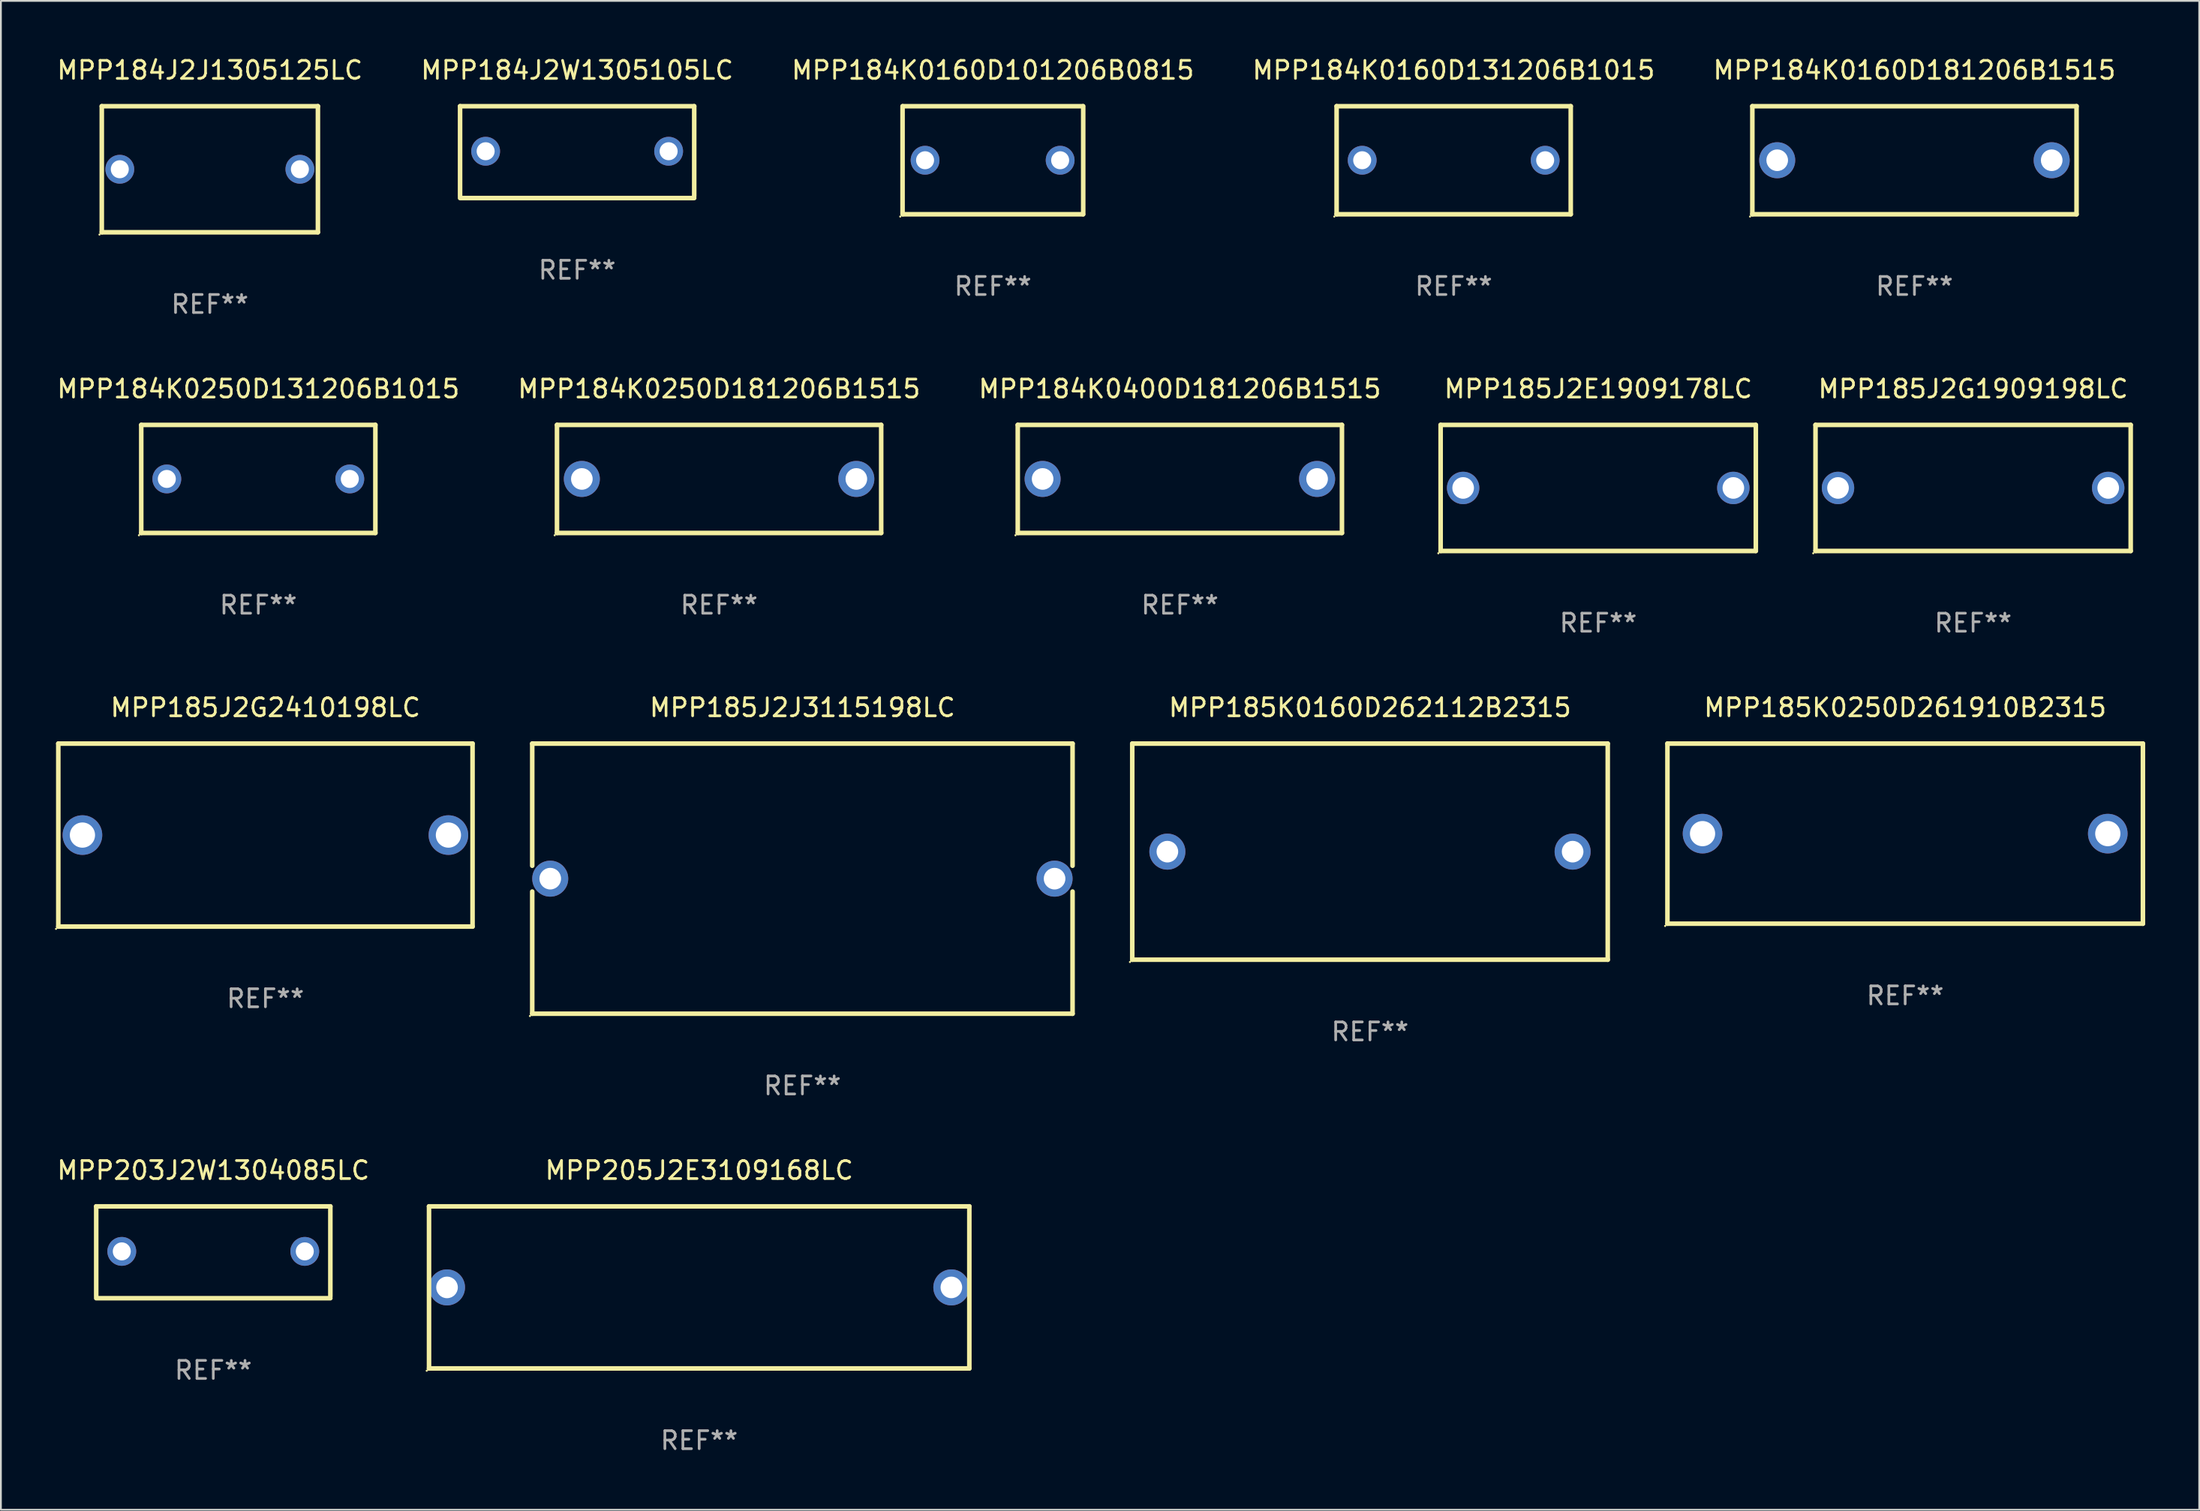
<source format=kicad_pcb>
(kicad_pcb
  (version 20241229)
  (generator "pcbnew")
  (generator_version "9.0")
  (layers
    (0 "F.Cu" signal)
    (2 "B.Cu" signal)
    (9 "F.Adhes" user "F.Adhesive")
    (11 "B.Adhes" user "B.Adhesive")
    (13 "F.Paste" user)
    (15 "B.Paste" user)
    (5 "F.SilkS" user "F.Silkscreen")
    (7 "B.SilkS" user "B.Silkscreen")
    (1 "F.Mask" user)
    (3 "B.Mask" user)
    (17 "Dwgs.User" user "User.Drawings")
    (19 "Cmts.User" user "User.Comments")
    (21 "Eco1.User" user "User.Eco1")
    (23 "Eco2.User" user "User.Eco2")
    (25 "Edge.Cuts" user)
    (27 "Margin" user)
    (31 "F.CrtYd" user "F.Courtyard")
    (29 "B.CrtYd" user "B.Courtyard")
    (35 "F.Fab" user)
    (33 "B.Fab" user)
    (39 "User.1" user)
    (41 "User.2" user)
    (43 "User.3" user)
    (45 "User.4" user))
  (footprint "MPP185K0250D261910B2315"
    (layer "F.Cu")
    (at 102.729 43.241)
    (property "Reference" "MPP185K0250D261910B2315" (at 0 -7 0) (layer "F.SilkS") (effects (font (size 1 1) (thickness 0.15))))
    (attr through_hole)
    (fp_line (start -13.2 -5) (end 13.2 -5) (stroke (width 0.254) (type solid)) (layer "F.SilkS"))
    (fp_line (start -13.2 5) (end -13.2 -5) (stroke (width 0.254) (type solid)) (layer "F.SilkS"))
    (fp_line (start 13.2 -5) (end 13.2 5) (stroke (width 0.254) (type solid)) (layer "F.SilkS"))
    (fp_line (start 13.2 5) (end -13.2 5) (stroke (width 0.254) (type solid)) (layer "F.SilkS"))
    (fp_circle (center -13.327 5.127) (end -13.297 5.127) (stroke (width 0.06) (type solid)) (fill no) (layer "F.SilkS"))
    (fp_text user "REF**" (at 0 9 0) (layer "F.Fab") (effects (font (size 1 1) (thickness 0.15))))
    (pad "1" thru_hole circle (at -11.25 0) (size 2.2 2.2) (drill 1.4) (layers "*.Cu" "*.Mask"))
    (pad "2" thru_hole circle (at 11.25 0) (size 2.2 2.2) (drill 1.4) (layers "*.Cu" "*.Mask")))
  (footprint "MPP184K0160D101206B0815"
    (layer "F.Cu")
    (at 52.077 5.848)
    (property "Reference" "MPP184K0160D101206B0815" (at 0 -5 0) (layer "F.SilkS") (effects (font (size 1 1) (thickness 0.15))))
    (attr through_hole)
    (fp_line (start -5.015 3) (end -5.015 -3) (stroke (width 0.254) (type solid)) (layer "F.SilkS"))
    (fp_line (start -5.005 -3) (end 4.995 -3) (stroke (width 0.254) (type solid)) (layer "F.SilkS"))
    (fp_line (start 5.005 3) (end -4.995 3) (stroke (width 0.254) (type solid)) (layer "F.SilkS"))
    (fp_line (start 5.015 -3) (end 5.015 3) (stroke (width 0.254) (type solid)) (layer "F.SilkS"))
    (fp_circle (center -5.142 3.127) (end -5.112 3.127) (stroke (width 0.06) (type solid)) (fill no) (layer "F.SilkS"))
    (fp_text user "REF**" (at 0 7 0) (layer "F.Fab") (effects (font (size 1 1) (thickness 0.15))))
    (pad "1" thru_hole circle (at -3.765 0) (size 1.6 1.6) (drill 1) (layers "*.Cu" "*.Mask"))
    (pad "2" thru_hole circle (at 3.735 0) (size 1.6 1.6) (drill 1) (layers "*.Cu" "*.Mask")))
  (footprint "MPP184K0250D181206B1515"
    (layer "F.Cu")
    (at 36.875 23.545)
    (property "Reference" "MPP184K0250D181206B1515" (at 0 -5 0) (layer "F.SilkS") (effects (font (size 1 1) (thickness 0.15))))
    (attr through_hole)
    (fp_line (start -9 -3) (end 9 -3) (stroke (width 0.254) (type solid)) (layer "F.SilkS"))
    (fp_line (start -9 3) (end -9 -3) (stroke (width 0.254) (type solid)) (layer "F.SilkS"))
    (fp_line (start 9 -3) (end 9 3) (stroke (width 0.254) (type solid)) (layer "F.SilkS"))
    (fp_line (start 9 3) (end -9 3) (stroke (width 0.254) (type solid)) (layer "F.SilkS"))
    (fp_circle (center -9.127 3.127) (end -9.097 3.127) (stroke (width 0.06) (type solid)) (fill no) (layer "F.SilkS"))
    (fp_text user "REF**" (at 0 7 0) (layer "F.Fab") (effects (font (size 1 1) (thickness 0.15))))
    (pad "1" thru_hole circle (at -7.62 0) (size 2 2) (drill 1.2) (layers "*.Cu" "*.Mask"))
    (pad "2" thru_hole circle (at 7.62 0) (size 2 2) (drill 1.2) (layers "*.Cu" "*.Mask")))
  (footprint "MPP184K0400D181206B1515"
    (layer "F.Cu")
    (at 62.458 23.545)
    (property "Reference" "MPP184K0400D181206B1515" (at 0 -5 0) (layer "F.SilkS") (effects (font (size 1 1) (thickness 0.15))))
    (attr through_hole)
    (fp_line (start -9 -3) (end 9 -3) (stroke (width 0.254) (type solid)) (layer "F.SilkS"))
    (fp_line (start -9 3) (end -9 -3) (stroke (width 0.254) (type solid)) (layer "F.SilkS"))
    (fp_line (start 9 -3) (end 9 3) (stroke (width 0.254) (type solid)) (layer "F.SilkS"))
    (fp_line (start 9 3) (end -9 3) (stroke (width 0.254) (type solid)) (layer "F.SilkS"))
    (fp_circle (center -9.127 3.127) (end -9.097 3.127) (stroke (width 0.06) (type solid)) (fill no) (layer "F.SilkS"))
    (fp_text user "REF**" (at 0 7 0) (layer "F.Fab") (effects (font (size 1 1) (thickness 0.15))))
    (pad "1" thru_hole circle (at -7.62 0) (size 2 2) (drill 1.2) (layers "*.Cu" "*.Mask"))
    (pad "2" thru_hole circle (at 7.62 0) (size 2 2) (drill 1.2) (layers "*.Cu" "*.Mask")))
  (footprint "MPP184K0160D181206B1515"
    (layer "F.Cu")
    (at 103.244 5.848)
    (property "Reference" "MPP184K0160D181206B1515" (at 0 -5 0) (layer "F.SilkS") (effects (font (size 1 1) (thickness 0.15))))
    (attr through_hole)
    (fp_line (start -9 -3) (end 9 -3) (stroke (width 0.254) (type solid)) (layer "F.SilkS"))
    (fp_line (start -9 3) (end -9 -3) (stroke (width 0.254) (type solid)) (layer "F.SilkS"))
    (fp_line (start 9 -3) (end 9 3) (stroke (width 0.254) (type solid)) (layer "F.SilkS"))
    (fp_line (start 9 3) (end -9 3) (stroke (width 0.254) (type solid)) (layer "F.SilkS"))
    (fp_circle (center -9.127 3.127) (end -9.097 3.127) (stroke (width 0.06) (type solid)) (fill no) (layer "F.SilkS"))
    (fp_text user "REF**" (at 0 7 0) (layer "F.Fab") (effects (font (size 1 1) (thickness 0.15))))
    (pad "1" thru_hole circle (at -7.62 0) (size 2 2) (drill 1.2) (layers "*.Cu" "*.Mask"))
    (pad "2" thru_hole circle (at 7.62 0) (size 2 2) (drill 1.2) (layers "*.Cu" "*.Mask")))
  (footprint "MPP203J2W1304085LC"
    (layer "F.Cu")
    (at 8.792 66.488)
    (property "Reference" "MPP203J2W1304085LC" (at 0 -4.55 0) (layer "F.SilkS") (effects (font (size 1 1) (thickness 0.15))))
    (attr through_hole)
    (fp_line (start -6.5 -2.55) (end 6.5 -2.55) (stroke (width 0.254) (type solid)) (layer "F.SilkS"))
    (fp_line (start -6.5 2.45) (end -6.5 -2.55) (stroke (width 0.254) (type solid)) (layer "F.SilkS"))
    (fp_line (start 6.5 -2.55) (end 6.5 2.45) (stroke (width 0.254) (type solid)) (layer "F.SilkS"))
    (fp_line (start 6.5 2.55) (end -6.5 2.55) (stroke (width 0.254) (type solid)) (layer "F.SilkS"))
    (fp_circle (center -6.5 2.45) (end -6.47 2.45) (stroke (width 0.06) (type solid)) (fill no) (layer "F.SilkS"))
    (fp_text user "REF**" (at 0 6.55 0) (layer "F.Fab") (effects (font (size 1 1) (thickness 0.15))))
    (pad "1" thru_hole circle (at -5.08 -0.05) (size 1.6 1.6) (drill 1) (layers "*.Cu" "*.Mask"))
    (pad "2" thru_hole circle (at 5.08 -0.05) (size 1.6 1.6) (drill 1) (layers "*.Cu" "*.Mask")))
  (footprint "MPP184J2W1305105LC"
    (layer "F.Cu")
    (at 28.994 5.398)
    (property "Reference" "MPP184J2W1305105LC" (at 0 -4.55 0) (layer "F.SilkS") (effects (font (size 1 1) (thickness 0.15))))
    (attr through_hole)
    (fp_line (start -6.5 -2.55) (end 6.5 -2.55) (stroke (width 0.254) (type solid)) (layer "F.SilkS"))
    (fp_line (start -6.5 2.45) (end -6.5 -2.55) (stroke (width 0.254) (type solid)) (layer "F.SilkS"))
    (fp_line (start 6.5 -2.55) (end 6.5 2.45) (stroke (width 0.254) (type solid)) (layer "F.SilkS"))
    (fp_line (start 6.5 2.55) (end -6.5 2.55) (stroke (width 0.254) (type solid)) (layer "F.SilkS"))
    (fp_circle (center -6.5 2.45) (end -6.47 2.45) (stroke (width 0.06) (type solid)) (fill no) (layer "F.SilkS"))
    (fp_text user "REF**" (at 0 6.55 0) (layer "F.Fab") (effects (font (size 1 1) (thickness 0.15))))
    (pad "1" thru_hole circle (at -5.08 -0.05) (size 1.6 1.6) (drill 1) (layers "*.Cu" "*.Mask"))
    (pad "2" thru_hole circle (at 5.08 -0.05) (size 1.6 1.6) (drill 1) (layers "*.Cu" "*.Mask")))
  (footprint "MPP185K0160D262112B2315"
    (layer "F.Cu")
    (at 73.015 44.241)
    (property "Reference" "MPP185K0160D262112B2315" (at 0 -8 0) (layer "F.SilkS") (effects (font (size 1 1) (thickness 0.15))))
    (attr through_hole)
    (fp_line (start -13.2 -6) (end 13.2 -6) (stroke (width 0.254) (type solid)) (layer "F.SilkS"))
    (fp_line (start -13.2 6) (end -13.2 -6) (stroke (width 0.254) (type solid)) (layer "F.SilkS"))
    (fp_line (start -13.2 6) (end 13.2 6) (stroke (width 0.254) (type solid)) (layer "F.SilkS"))
    (fp_line (start 13.2 -6) (end 13.2 6) (stroke (width 0.254) (type solid)) (layer "F.SilkS"))
    (fp_circle (center -13.327 6.127) (end -13.297 6.127) (stroke (width 0.06) (type solid)) (fill no) (layer "F.SilkS"))
    (fp_text user "REF**" (at 0 10 0) (layer "F.Fab") (effects (font (size 1 1) (thickness 0.15))))
    (pad "1" thru_hole circle (at -11.25 0) (size 2 2) (drill 1.2) (layers "*.Cu" "*.Mask"))
    (pad "2" thru_hole circle (at 11.25 0) (size 2 2) (drill 1.2) (layers "*.Cu" "*.Mask")))
  (footprint "MPP184K0160D131206B1015"
    (layer "F.Cu")
    (at 77.661 5.848)
    (property "Reference" "MPP184K0160D131206B1015" (at 0 -5 0) (layer "F.SilkS") (effects (font (size 1 1) (thickness 0.15))))
    (attr through_hole)
    (fp_line (start -6.5 -3) (end 6.5 -3) (stroke (width 0.254) (type solid)) (layer "F.SilkS"))
    (fp_line (start -6.5 3) (end -6.5 -3) (stroke (width 0.254) (type solid)) (layer "F.SilkS"))
    (fp_line (start 6.5 -3) (end 6.5 3) (stroke (width 0.254) (type solid)) (layer "F.SilkS"))
    (fp_line (start 6.5 3) (end -6.5 3) (stroke (width 0.254) (type solid)) (layer "F.SilkS"))
    (fp_circle (center -6.627 3.127) (end -6.597 3.127) (stroke (width 0.06) (type solid)) (fill no) (layer "F.SilkS"))
    (fp_text user "REF**" (at 0 7 0) (layer "F.Fab") (effects (font (size 1 1) (thickness 0.15))))
    (pad "1" thru_hole circle (at -5.08 0) (size 1.6 1.6) (drill 1) (layers "*.Cu" "*.Mask"))
    (pad "2" thru_hole circle (at 5.08 0) (size 1.6 1.6) (drill 1) (layers "*.Cu" "*.Mask")))
  (footprint "MPP185J2E1909178LC"
    (layer "F.Cu")
    (at 85.687 24.045)
    (property "Reference" "MPP185J2E1909178LC" (at 0 -5.5 0) (layer "F.SilkS") (effects (font (size 1 1) (thickness 0.15))))
    (attr through_hole)
    (fp_line (start -8.75 -3.5) (end 8.75 -3.5) (stroke (width 0.254) (type solid)) (layer "F.SilkS"))
    (fp_line (start -8.75 3.5) (end -8.75 -3.5) (stroke (width 0.254) (type solid)) (layer "F.SilkS"))
    (fp_line (start 8.75 -3.5) (end 8.75 3.5) (stroke (width 0.254) (type solid)) (layer "F.SilkS"))
    (fp_line (start 8.75 3.5) (end -8.75 3.5) (stroke (width 0.254) (type solid)) (layer "F.SilkS"))
    (fp_circle (center -8.877 3.627) (end -8.847 3.627) (stroke (width 0.06) (type solid)) (fill no) (layer "F.SilkS"))
    (fp_text user "REF**" (at 0 7.5 0) (layer "F.Fab") (effects (font (size 1 1) (thickness 0.15))))
    (pad "1" thru_hole circle (at -7.501 0) (size 1.8 1.8) (drill 1.2) (layers "*.Cu" "*.Mask"))
    (pad "2" thru_hole circle (at 7.501 0) (size 1.8 1.8) (drill 1.2) (layers "*.Cu" "*.Mask")))
  (footprint "MPP184J2J1305125LC"
    (layer "F.Cu")
    (at 8.601 6.348)
    (property "Reference" "MPP184J2J1305125LC" (at 0 -5.5 0) (layer "F.SilkS") (effects (font (size 1 1) (thickness 0.15))))
    (attr through_hole)
    (fp_line (start -6 -3.5) (end -6 3.5) (stroke (width 0.254) (type solid)) (layer "F.SilkS"))
    (fp_line (start -6 -3.5) (end 6 -3.5) (stroke (width 0.254) (type solid)) (layer "F.SilkS"))
    (fp_line (start 6 -3.5) (end 6 3.5) (stroke (width 0.254) (type solid)) (layer "F.SilkS"))
    (fp_line (start 6 3.5) (end -6 3.5) (stroke (width 0.254) (type solid)) (layer "F.SilkS"))
    (fp_circle (center -6.127 3.627) (end -6.097 3.627) (stroke (width 0.06) (type solid)) (fill no) (layer "F.SilkS"))
    (fp_text user "REF**" (at 0 7.5 0) (layer "F.Fab") (effects (font (size 1 1) (thickness 0.15))))
    (pad "1" thru_hole circle (at -5 0) (size 1.6 1.6) (drill 1) (layers "*.Cu" "*.Mask"))
    (pad "2" thru_hole circle (at 5 0) (size 1.6 1.6) (drill 1) (layers "*.Cu" "*.Mask")))
  (footprint "MPP184K0250D131206B1015"
    (layer "F.Cu")
    (at 11.292 23.545)
    (property "Reference" "MPP184K0250D131206B1015" (at 0 -5 0) (layer "F.SilkS") (effects (font (size 1 1) (thickness 0.15))))
    (attr through_hole)
    (fp_line (start -6.5 -3) (end 6.5 -3) (stroke (width 0.254) (type solid)) (layer "F.SilkS"))
    (fp_line (start -6.5 3) (end -6.5 -3) (stroke (width 0.254) (type solid)) (layer "F.SilkS"))
    (fp_line (start 6.5 -3) (end 6.5 3) (stroke (width 0.254) (type solid)) (layer "F.SilkS"))
    (fp_line (start 6.5 3) (end -6.5 3) (stroke (width 0.254) (type solid)) (layer "F.SilkS"))
    (fp_circle (center -6.627 3.127) (end -6.597 3.127) (stroke (width 0.06) (type solid)) (fill no) (layer "F.SilkS"))
    (fp_text user "REF**" (at 0 7 0) (layer "F.Fab") (effects (font (size 1 1) (thickness 0.15))))
    (pad "1" thru_hole circle (at -5.08 0) (size 1.6 1.6) (drill 1) (layers "*.Cu" "*.Mask"))
    (pad "2" thru_hole circle (at 5.08 0) (size 1.6 1.6) (drill 1) (layers "*.Cu" "*.Mask")))
  (footprint "MPP185J2G1909198LC"
    (layer "F.Cu")
    (at 106.501 24.045)
    (property "Reference" "MPP185J2G1909198LC" (at 0 -5.5 0) (layer "F.SilkS") (effects (font (size 1 1) (thickness 0.15))))
    (attr through_hole)
    (fp_line (start -8.75 -3.5) (end 8.75 -3.5) (stroke (width 0.254) (type solid)) (layer "F.SilkS"))
    (fp_line (start -8.75 3.5) (end -8.75 -3.5) (stroke (width 0.254) (type solid)) (layer "F.SilkS"))
    (fp_line (start 8.75 -3.5) (end 8.75 3.5) (stroke (width 0.254) (type solid)) (layer "F.SilkS"))
    (fp_line (start 8.75 3.5) (end -8.75 3.5) (stroke (width 0.254) (type solid)) (layer "F.SilkS"))
    (fp_circle (center -8.877 3.627) (end -8.847 3.627) (stroke (width 0.06) (type solid)) (fill no) (layer "F.SilkS"))
    (fp_text user "REF**" (at 0 7.5 0) (layer "F.Fab") (effects (font (size 1 1) (thickness 0.15))))
    (pad "1" thru_hole circle (at -7.501 0) (size 1.8 1.8) (drill 1.2) (layers "*.Cu" "*.Mask"))
    (pad "2" thru_hole circle (at 7.501 0) (size 1.8 1.8) (drill 1.2) (layers "*.Cu" "*.Mask")))
  (footprint "MPP185J2J3115198LC"
    (layer "F.Cu")
    (at 41.501 45.741)
    (property "Reference" "MPP185J2J3115198LC" (at 0 -9.5 0) (layer "F.SilkS") (effects (font (size 1 1) (thickness 0.15))))
    (attr through_hole)
    (fp_line (start -15 -7.5) (end -15 -0.717) (stroke (width 0.254) (type solid)) (layer "F.SilkS"))
    (fp_line (start -15 -7.5) (end 15 -7.5) (stroke (width 0.254) (type solid)) (layer "F.SilkS"))
    (fp_line (start -15 0.717) (end -15 7.5) (stroke (width 0.254) (type solid)) (layer "F.SilkS"))
    (fp_line (start 15 -7.5) (end 15 -0.717) (stroke (width 0.254) (type solid)) (layer "F.SilkS"))
    (fp_line (start 15 0.717) (end 15 7.5) (stroke (width 0.254) (type solid)) (layer "F.SilkS"))
    (fp_line (start 15 7.5) (end -15 7.5) (stroke (width 0.254) (type solid)) (layer "F.SilkS"))
    (fp_circle (center -15.127 7.627) (end -15.097 7.627) (stroke (width 0.06) (type solid)) (fill no) (layer "F.SilkS"))
    (fp_text user "REF**" (at 0 11.5 0) (layer "F.Fab") (effects (font (size 1 1) (thickness 0.15))))
    (pad "1" thru_hole circle (at -14.001 0) (size 2 2) (drill 1.2) (layers "*.Cu" "*.Mask"))
    (pad "2" thru_hole circle (at 14.001 0) (size 2 2) (drill 1.2) (layers "*.Cu" "*.Mask")))
  (footprint "MPP185J2G2410198LC"
    (layer "F.Cu")
    (at 11.687 43.321)
    (property "Reference" "MPP185J2G2410198LC" (at 0 -7.08 0) (layer "F.SilkS") (effects (font (size 1 1) (thickness 0.15))))
    (attr through_hole)
    (fp_line (start -11.5 -5.08) (end -11.5 5.08) (stroke (width 0.254) (type solid)) (layer "F.SilkS"))
    (fp_line (start -11.5 -5.08) (end 11.5 -5.08) (stroke (width 0.254) (type solid)) (layer "F.SilkS"))
    (fp_line (start 11.5 5.08) (end -11.5 5.08) (stroke (width 0.254) (type solid)) (layer "F.SilkS"))
    (fp_line (start 11.5 5.08) (end 11.5 -5.08) (stroke (width 0.254) (type solid)) (layer "F.SilkS"))
    (fp_circle (center -11.627 5.207) (end -11.597 5.207) (stroke (width 0.06) (type solid)) (fill no) (layer "F.SilkS"))
    (fp_text user "REF**" (at 0 9.08 0) (layer "F.Fab") (effects (font (size 1 1) (thickness 0.15))))
    (pad "1" thru_hole circle (at -10.16 0) (size 2.2 2.2) (drill 1.4) (layers "*.Cu" "*.Mask"))
    (pad "2" thru_hole circle (at 10.16 0) (size 2.2 2.2) (drill 1.4) (layers "*.Cu" "*.Mask")))
  (footprint "MPP205J2E3109168LC"
    (layer "F.Cu")
    (at 35.77 68.438)
    (property "Reference" "MPP205J2E3109168LC" (at 0 -6.5 0) (layer "F.SilkS") (effects (font (size 1 1) (thickness 0.15))))
    (attr through_hole)
    (fp_line (start -15 -4.5) (end 15 -4.5) (stroke (width 0.254) (type solid)) (layer "F.SilkS"))
    (fp_line (start -15 4.5) (end -15 -4.5) (stroke (width 0.254) (type solid)) (layer "F.SilkS"))
    (fp_line (start 15 -4.5) (end 15 4.5) (stroke (width 0.254) (type solid)) (layer "F.SilkS"))
    (fp_line (start 15 4.5) (end -15 4.5) (stroke (width 0.254) (type solid)) (layer "F.SilkS"))
    (fp_circle (center -15.127 4.627) (end -15.097 4.627) (stroke (width 0.06) (type solid)) (fill no) (layer "F.SilkS"))
    (fp_text user "REF**" (at 0 8.5 0) (layer "F.Fab") (effects (font (size 1 1) (thickness 0.15))))
    (pad "1" thru_hole circle (at -14.001 -0.000127) (size 2 2) (drill 1.2) (layers "*.Cu" "*.Mask"))
    (pad "2" thru_hole circle (at 14.001 -0.000127) (size 2 2) (drill 1.2) (layers "*.Cu" "*.Mask")))
  (gr_rect
    (start -3 -3)
    (end 119.056 80.786)
    (stroke (width 0.1) (type default))
    (fill no)
    (layer "Edge.Cuts")))
</source>
